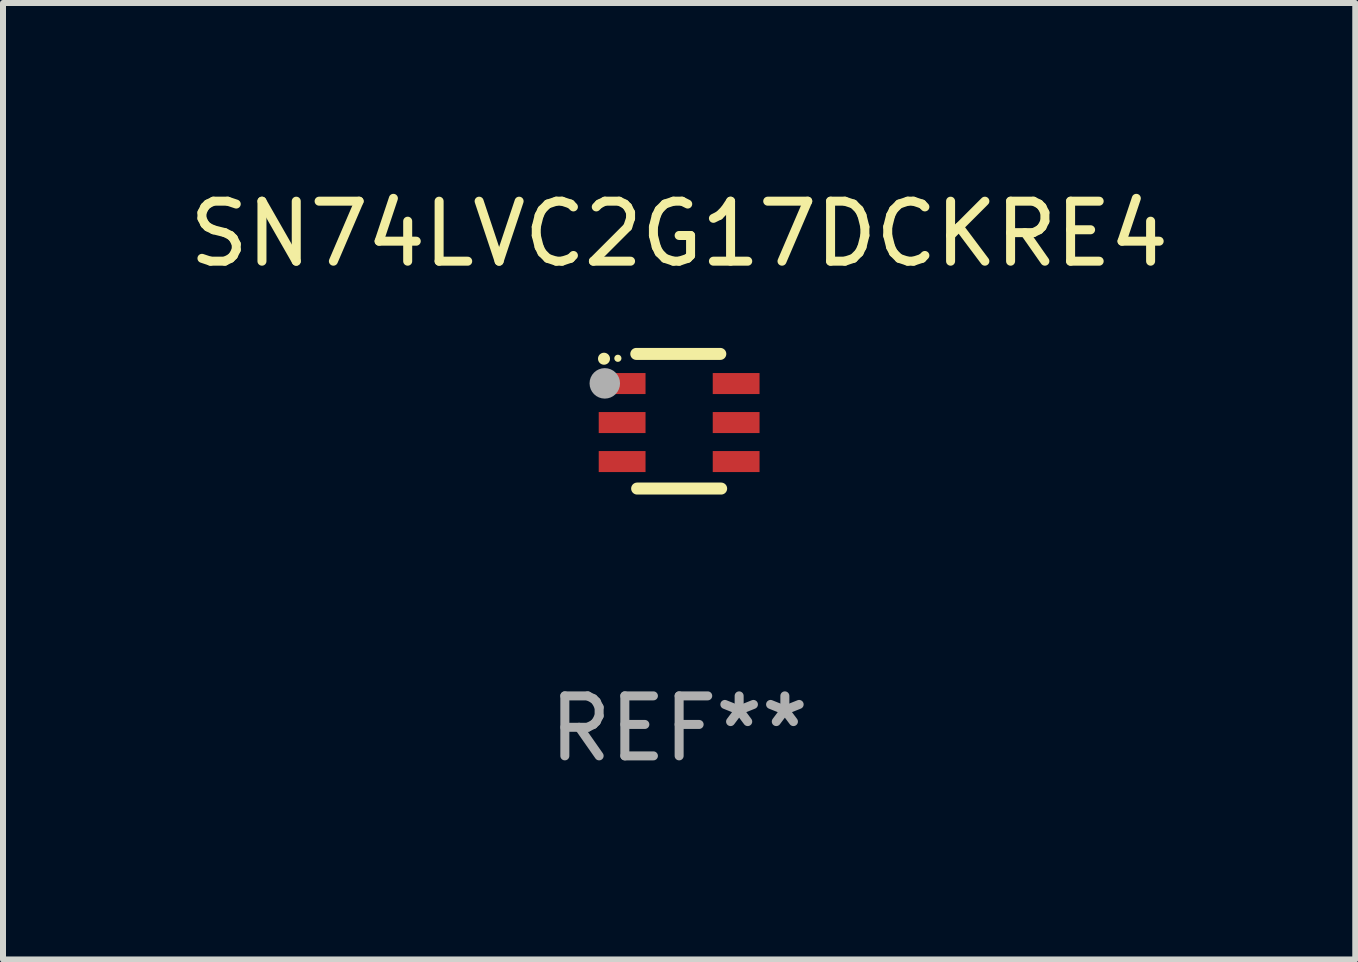
<source format=kicad_pcb>
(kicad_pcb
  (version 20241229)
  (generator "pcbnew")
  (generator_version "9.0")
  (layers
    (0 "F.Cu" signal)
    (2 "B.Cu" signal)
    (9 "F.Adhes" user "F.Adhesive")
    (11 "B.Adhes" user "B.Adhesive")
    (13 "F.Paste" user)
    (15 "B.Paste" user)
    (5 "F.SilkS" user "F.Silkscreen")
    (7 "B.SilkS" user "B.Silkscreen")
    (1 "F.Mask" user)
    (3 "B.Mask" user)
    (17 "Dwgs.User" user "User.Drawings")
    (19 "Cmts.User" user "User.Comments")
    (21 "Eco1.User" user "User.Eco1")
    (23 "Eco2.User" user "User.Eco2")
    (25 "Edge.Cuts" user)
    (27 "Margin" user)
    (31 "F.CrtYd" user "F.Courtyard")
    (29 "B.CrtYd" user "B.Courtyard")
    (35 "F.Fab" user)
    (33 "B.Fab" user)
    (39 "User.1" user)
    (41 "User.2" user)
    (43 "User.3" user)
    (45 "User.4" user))
  (footprint "SN74LVC2G17DCKRE4"
    (layer "F.Cu")
    (at 8.268 3.97)
    (property "Reference" "SN74LVC2G17DCKRE4" (at 0 -3.122 0) (layer "F.SilkS") (effects (font (size 1 1) (thickness 0.15))))
    (attr through_hole)
    (fp_line (start 0.686 -1.122) (end -0.714 -1.122) (stroke (width 0.2) (type solid)) (layer "F.SilkS"))
    (fp_line (start 0.7 1.122) (end -0.7 1.122) (stroke (width 0.2) (type solid)) (layer "F.SilkS"))
    (fp_arc (start -1.252273 -1.041897) (mid -1.252172 -1.041898) (end -1.25207 -1.041897) (stroke (width 0.2) (type solid)) (layer "F.SilkS"))
    (fp_circle (center -1.021 -1.049) (end -0.991 -1.049) (stroke (width 0.06) (type solid)) (fill no) (layer "F.SilkS"))
    (fp_circle (center -1.239 -0.631) (end -1.112 -0.631) (stroke (width 0.254) (type solid)) (fill no) (layer "F.Fab"))
    (fp_text user "REF**" (at 0 5.122 0) (layer "F.Fab") (effects (font (size 1 1) (thickness 0.15))))
    (pad "1" smd rect (at -0.95 -0.628 270) (size 0.35 0.78) (layers "F.Cu" "F.Mask" "F.Paste"))
    (pad "2" smd rect (at -0.95 0.022 270) (size 0.35 0.78) (layers "F.Cu" "F.Mask" "F.Paste"))
    (pad "3" smd rect (at -0.95 0.672 270) (size 0.35 0.78) (layers "F.Cu" "F.Mask" "F.Paste"))
    (pad "4" smd rect (at 0.95 0.672 90) (size 0.35 0.78) (layers "F.Cu" "F.Mask" "F.Paste"))
    (pad "5" smd rect (at 0.95 0.022 90) (size 0.35 0.78) (layers "F.Cu" "F.Mask" "F.Paste"))
    (pad "6" smd rect (at 0.95 -0.628 90) (size 0.35 0.78) (layers "F.Cu" "F.Mask" "F.Paste")))
  (gr_rect
    (start -3 -3)
    (end 19.536 12.94)
    (stroke (width 0.1) (type default))
    (fill no)
    (layer "Edge.Cuts")))
</source>
